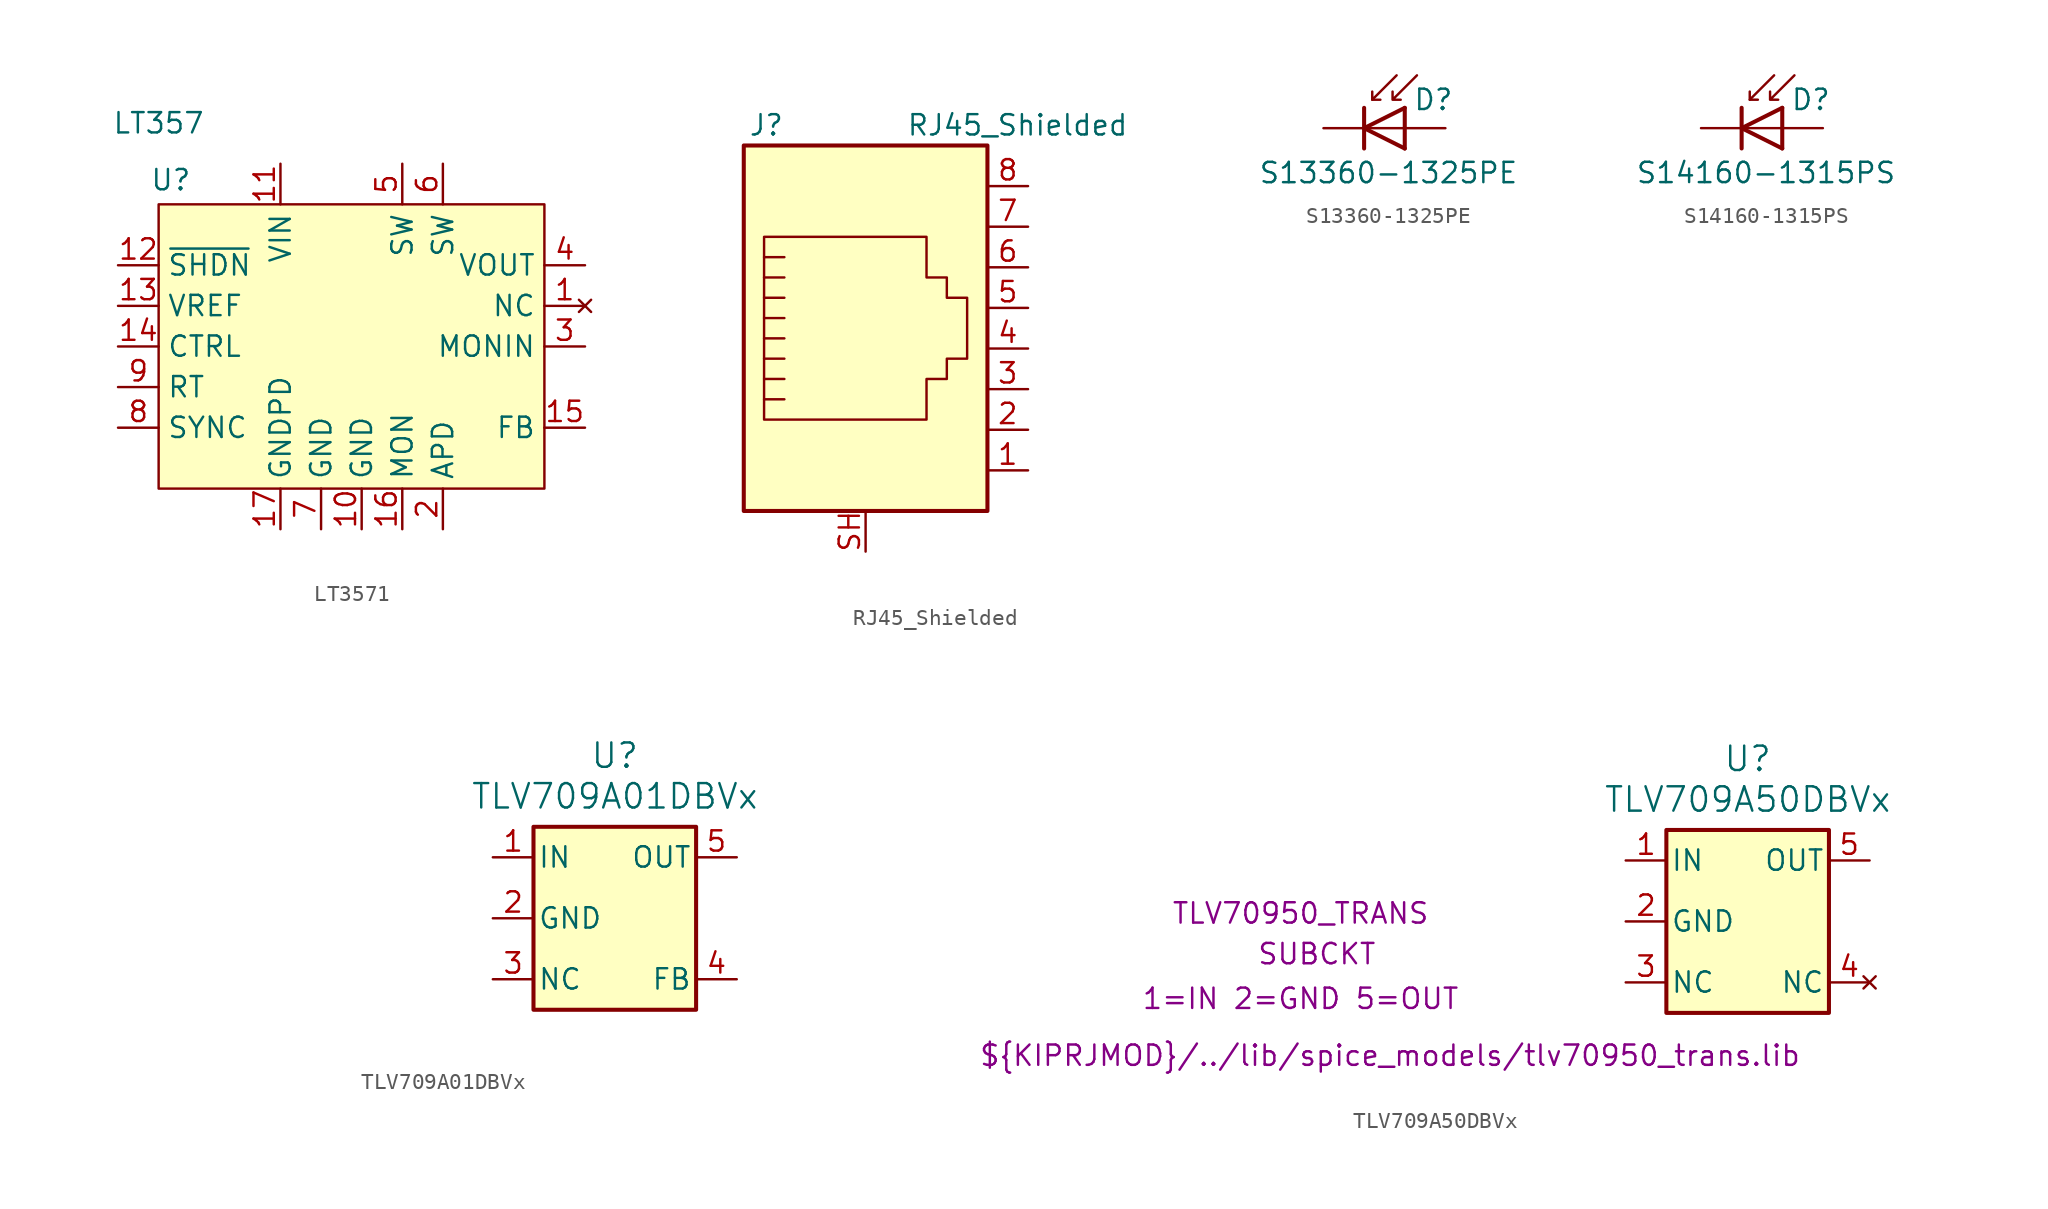
<source format=kicad_sym>
(kicad_symbol_lib
  (version 20241209)
  (generator "kicad_symbol_editor")
  (generator_version "9.0")
  (symbol "LT3571"
    (property "Reference" "U"
      (at -25.908 15.494 0)
      (effects (font (size 1.27 1.27))))
    (property "Value" "LT357"
      (at -26.67 19.05 0)
      (effects (font (size 1.27 1.27))))
    (symbol "LT3571_1_1"
      (rectangle (start -26.67 13.97) (end -2.54 -3.81) (stroke (width 0) (type default)) (fill (type background)))
      (pin input line (at -29.21 10.16 0) (length 2.54) (name "~{SHDN}" (effects (font (size 1.27 1.27)))) (number "12" (effects (font (size 1.27 1.27)))))
      (pin input line (at -29.21 7.62 0) (length 2.54) (name "VREF" (effects (font (size 1.27 1.27)))) (number "13" (effects (font (size 1.27 1.27)))))
      (pin input line (at -29.21 5.08 0) (length 2.54) (name "CTRL" (effects (font (size 1.27 1.27)))) (number "14" (effects (font (size 1.27 1.27)))))
      (pin input line (at -29.21 2.54 0) (length 2.54) (name "RT" (effects (font (size 1.27 1.27)))) (number "9" (effects (font (size 1.27 1.27)))))
      (pin input line (at -29.21 0 0) (length 2.54) (name "SYNC" (effects (font (size 1.27 1.27)))) (number "8" (effects (font (size 1.27 1.27)))))
      (pin power_in line (at -19.05 16.51 270) (length 2.54) (name "VIN" (effects (font (size 1.27 1.27)))) (number "11" (effects (font (size 1.27 1.27)))))
      (pin power_in line (at -19.05 -6.35 90) (length 2.54) (name "GNDPD" (effects (font (size 1.27 1.27)))) (number "17" (effects (font (size 1.27 1.27)))))
      (pin power_in line (at -16.51 -6.35 90) (length 2.54) (name "GND" (effects (font (size 1.27 1.27)))) (number "7" (effects (font (size 1.27 1.27)))))
      (pin power_in line (at -13.97 -6.35 90) (length 2.54) (name "GND" (effects (font (size 1.27 1.27)))) (number "10" (effects (font (size 1.27 1.27)))))
      (pin power_in line (at -11.43 16.51 270) (length 2.54) (name "SW" (effects (font (size 1.27 1.27)))) (number "5" (effects (font (size 1.27 1.27)))))
      (pin output line (at -11.43 -6.35 90) (length 2.54) (name "MON" (effects (font (size 1.27 1.27)))) (number "16" (effects (font (size 1.27 1.27)))))
      (pin power_in line (at -8.89 16.51 270) (length 2.54) (name "SW" (effects (font (size 1.27 1.27)))) (number "6" (effects (font (size 1.27 1.27)))))
      (pin power_out line (at -8.89 -6.35 90) (length 2.54) (name "APD" (effects (font (size 1.27 1.27)))) (number "2" (effects (font (size 1.27 1.27)))))
      (pin power_out line (at 0 10.16 180) (length 2.54) (name "VOUT" (effects (font (size 1.27 1.27)))) (number "4" (effects (font (size 1.27 1.27)))))
      (pin no_connect line (at 0 7.62 180) (length 2.54) (name "NC" (effects (font (size 1.27 1.27)))) (number "1" (effects (font (size 1.27 1.27)))))
      (pin input line (at 0 5.08 180) (length 2.54) (name "MONIN" (effects (font (size 1.27 1.27)))) (number "3" (effects (font (size 1.27 1.27)))))
      (pin input line (at 0 0 180) (length 2.54) (name "FB" (effects (font (size 1.27 1.27)))) (number "15" (effects (font (size 1.27 1.27)))))))
  (symbol "RJ45_Shielded"
    (pin_names
      (offset 1.016))
    (property "Reference" "J"
      (at -5.08 13.97 0)
      (effects (font (size 1.27 1.27)) (justify right)))
    (property "Value" "RJ45_Shielded"
      (at 2.54 13.97 0)
      (effects (font (size 1.27 1.27)) (justify left)))
    (symbol "RJ45_Shielded_0_1"
      (rectangle (start -7.62 12.7) (end 7.62 -10.16) (stroke (width 0.254) (type default)) (fill (type background)))
      (polyline (pts (xy -6.35 1.905) (xy -5.08 1.905) (xy -5.08 1.905)) (stroke (width 0) (type default)) (fill (type none)))
      (polyline (pts (xy -6.35 0.635) (xy -5.08 0.635) (xy -5.08 0.635)) (stroke (width 0) (type default)) (fill (type none)))
      (polyline (pts (xy -6.35 -0.635) (xy -5.08 -0.635) (xy -5.08 -0.635)) (stroke (width 0) (type default)) (fill (type none)))
      (polyline (pts (xy -6.35 -1.905) (xy -5.08 -1.905) (xy -5.08 -1.905)) (stroke (width 0) (type default)) (fill (type none)))
      (polyline (pts (xy -6.35 -3.175) (xy -5.08 -3.175) (xy -5.08 -3.175)) (stroke (width 0) (type default)) (fill (type none)))
      (polyline (pts (xy -6.35 -4.445) (xy -6.35 6.985) (xy 3.81 6.985) (xy 3.81 4.445) (xy 5.08 4.445) (xy 5.08 3.175) (xy 6.35 3.175) (xy 6.35 -0.635) (xy 5.08 -0.635) (xy 5.08 -1.905) (xy 3.81 -1.905) (xy 3.81 -4.445) (xy -6.35 -4.445) (xy -6.35 -4.445)) (stroke (width 0) (type default)) (fill (type none)))
      (polyline (pts (xy -5.08 5.715) (xy -6.35 5.715)) (stroke (width 0) (type default)) (fill (type none)))
      (polyline (pts (xy -5.08 4.445) (xy -6.35 4.445)) (stroke (width 0) (type default)) (fill (type none)))
      (polyline (pts (xy -5.08 3.175) (xy -6.35 3.175) (xy -6.35 3.175)) (stroke (width 0) (type default)) (fill (type none))))
    (symbol "RJ45_Shielded_1_1"
      (pin passive line (at 0 -12.7 90) (length 2.54) (name "~" (effects (font (size 1.27 1.27)))) (number "SH" (effects (font (size 1.27 1.27)))))
      (pin passive line (at 10.16 10.16 180) (length 2.54) (name "~" (effects (font (size 1.27 1.27)))) (number "8" (effects (font (size 1.27 1.27)))))
      (pin passive line (at 10.16 7.62 180) (length 2.54) (name "~" (effects (font (size 1.27 1.27)))) (number "7" (effects (font (size 1.27 1.27)))))
      (pin passive line (at 10.16 5.08 180) (length 2.54) (name "~" (effects (font (size 1.27 1.27)))) (number "6" (effects (font (size 1.27 1.27)))))
      (pin passive line (at 10.16 2.54 180) (length 2.54) (name "~" (effects (font (size 1.27 1.27)))) (number "5" (effects (font (size 1.27 1.27)))))
      (pin passive line (at 10.16 0 180) (length 2.54) (name "~" (effects (font (size 1.27 1.27)))) (number "4" (effects (font (size 1.27 1.27)))))
      (pin passive line (at 10.16 -2.54 180) (length 2.54) (name "~" (effects (font (size 1.27 1.27)))) (number "3" (effects (font (size 1.27 1.27)))))
      (pin passive line (at 10.16 -5.08 180) (length 2.54) (name "~" (effects (font (size 1.27 1.27)))) (number "2" (effects (font (size 1.27 1.27)))))
      (pin passive line (at 10.16 -7.62 180) (length 2.54) (name "~" (effects (font (size 1.27 1.27)))) (number "1" (effects (font (size 1.27 1.27)))))))
  (symbol "S13360-1325PE"
    (pin_numbers
      (hide yes))
    (pin_names
      (hide yes))
    (property "Reference" "D"
      (at 1.778 1.778 0)
      (effects (font (size 1.27 1.27)) (justify left)))
    (property "Value" "S13360-1325PE"
      (at 0.254 -2.794 0)
      (effects (font (size 1.27 1.27))))
    (symbol "S13360-1325PE_0_1"
      (polyline (pts (xy -1.27 1.27) (xy -1.27 -1.27)) (stroke (width 0.254) (type default)) (fill (type none)))
      (polyline (pts (xy -1.27 0) (xy 1.27 0)) (stroke (width 0) (type default)) (fill (type none)))
      (polyline (pts (xy -0.762 1.778) (xy -0.254 1.778)) (stroke (width 0) (type default)) (fill (type none)))
      (polyline (pts (xy 0.762 3.302) (xy -0.762 1.778) (xy -0.762 2.286)) (stroke (width 0) (type default)) (fill (type none)))
      (polyline (pts (xy 1.27 1.27) (xy 1.27 -1.27)) (stroke (width 0.254) (type default)) (fill (type none)))
      (polyline (pts (xy 1.27 1.27) (xy -1.27 0) (xy 1.27 -1.27)) (stroke (width 0.254) (type default)) (fill (type none)))
      (polyline (pts (xy 2.032 3.302) (xy 0.508 1.778) (xy 0.508 2.286) (xy 0.508 1.778) (xy 1.016 1.778)) (stroke (width 0) (type default)) (fill (type none))))
    (symbol "S13360-1325PE_1_1"
      (pin passive line (at -3.81 0 0) (length 2.54) (name "K" (effects (font (size 1.27 1.27)))) (number "2" (effects (font (size 1.27 1.27)))))
      (pin passive line (at 3.81 0 180) (length 2.54) (name "A" (effects (font (size 1.27 1.27)))) (number "3" (effects (font (size 1.27 1.27)))))))
  (symbol "S14160-1315PS"
    (pin_numbers
      (hide yes))
    (pin_names
      (hide yes))
    (property "Reference" "D"
      (at 1.778 1.778 0)
      (effects (font (size 1.27 1.27)) (justify left)))
    (property "Value" "S14160-1315PS"
      (at 0.254 -2.794 0)
      (effects (font (size 1.27 1.27))))
    (symbol "S14160-1315PS_0_1"
      (polyline (pts (xy -1.27 1.27) (xy -1.27 -1.27)) (stroke (width 0.254) (type default)) (fill (type none)))
      (polyline (pts (xy -1.27 0) (xy 1.27 0)) (stroke (width 0) (type default)) (fill (type none)))
      (polyline (pts (xy -0.762 1.778) (xy -0.254 1.778)) (stroke (width 0) (type default)) (fill (type none)))
      (polyline (pts (xy 0.762 3.302) (xy -0.762 1.778) (xy -0.762 2.286)) (stroke (width 0) (type default)) (fill (type none)))
      (polyline (pts (xy 1.27 1.27) (xy 1.27 -1.27)) (stroke (width 0.254) (type default)) (fill (type none)))
      (polyline (pts (xy 1.27 1.27) (xy -1.27 0) (xy 1.27 -1.27)) (stroke (width 0.254) (type default)) (fill (type none)))
      (polyline (pts (xy 2.032 3.302) (xy 0.508 1.778) (xy 0.508 2.286) (xy 0.508 1.778) (xy 1.016 1.778)) (stroke (width 0) (type default)) (fill (type none))))
    (symbol "S14160-1315PS_1_1"
      (pin passive line (at -3.81 0 0) (length 2.54) (name "K" (effects (font (size 1.27 1.27)))) (number "2" (effects (font (size 1.27 1.27)))))
      (pin passive line (at 3.81 0 180) (length 2.54) (name "A" (effects (font (size 1.27 1.27)))) (number "3" (effects (font (size 1.27 1.27)))))))
  (symbol "TLV709A01DBVx"
    (pin_names
      (offset 0.254))
    (property "Reference" "U"
      (at 7.62 6.35 0)
      (effects (font (size 1.524 1.524))))
    (property "Value" "TLV709A01DBVx"
      (at 7.62 3.81 0)
      (effects (font (size 1.524 1.524))))
    (property "Sim.Name" ""
      (at -22.352 -10.922 0)
      (effects (font (size 1.27 1.27))))
    (property "Sim.Device" ""
      (at -22.352 -4.318 0)
      (effects (font (size 1.27 1.27))))
    (property "Sim.Pins" ""
      (at -22.606 -7.366 0)
      (effects (font (size 1.27 1.27))))
    (symbol "TLV709A01DBVx_0_1"
      (rectangle (start 2.54 1.905) (end 12.7 -9.525) (stroke (width 0.254) (type default)) (fill (type background))))
    (symbol "TLV709A01DBVx_1_1"
      (pin power_in line (at 0 0 0) (length 2.54) (name "IN" (effects (font (size 1.27 1.27)))) (number "1" (effects (font (size 1.27 1.27)))))
      (pin power_in line (at 0 -3.81 0) (length 2.54) (name "GND" (effects (font (size 1.27 1.27)))) (number "2" (effects (font (size 1.27 1.27)))))
      (pin passive line (at 0 -7.62 0) (length 2.54) (name "NC" (effects (font (size 1.27 1.27)))) (number "3" (effects (font (size 1.27 1.27)))))
      (pin power_out line (at 15.24 0 180) (length 2.54) (name "OUT" (effects (font (size 1.27 1.27)))) (number "5" (effects (font (size 1.27 1.27)))))
      (pin input line (at 15.24 -7.62 180) (length 2.54) (name "FB" (effects (font (size 1.27 1.27)))) (number "4" (effects (font (size 1.27 1.27)))))))
  (symbol "TLV709A50DBVx"
    (pin_names
      (offset 0.254))
    (property "Reference" "U"
      (at 7.62 6.35 0)
      (effects (font (size 1.524 1.524))))
    (property "Value" "TLV709A50DBVx"
      (at 7.62 3.81 0)
      (effects (font (size 1.524 1.524))))
    (property "Sim.Library" "${KIPRJMOD}/../lib/spice_models/tlv70950_trans.lib"
      (at -14.732 -12.192 0)
      (effects (font (size 1.27 1.27))))
    (property "Sim.Name" "TLV70950_TRANS"
      (at -20.32 -3.302 0)
      (effects (font (size 1.27 1.27))))
    (property "Sim.Device" "SUBCKT"
      (at -19.304 -5.842 0)
      (effects (font (size 1.27 1.27))))
    (property "Sim.Pins" "1=IN 2=GND 5=OUT"
      (at -20.32 -8.636 0)
      (effects (font (size 1.27 1.27))))
    (symbol "TLV709A50DBVx_0_1"
      (rectangle (start 2.54 1.905) (end 12.7 -9.525) (stroke (width 0.254) (type default)) (fill (type background))))
    (symbol "TLV709A50DBVx_1_1"
      (pin power_in line (at 0 0 0) (length 2.54) (name "IN" (effects (font (size 1.27 1.27)))) (number "1" (effects (font (size 1.27 1.27)))))
      (pin power_in line (at 0 -3.81 0) (length 2.54) (name "GND" (effects (font (size 1.27 1.27)))) (number "2" (effects (font (size 1.27 1.27)))))
      (pin passive line (at 0 -7.62 0) (length 2.54) (name "NC" (effects (font (size 1.27 1.27)))) (number "3" (effects (font (size 1.27 1.27)))))
      (pin power_out line (at 15.24 0 180) (length 2.54) (name "OUT" (effects (font (size 1.27 1.27)))) (number "5" (effects (font (size 1.27 1.27)))))
      (pin no_connect line (at 15.24 -7.62 180) (length 2.54) (name "NC" (effects (font (size 1.27 1.27)))) (number "4" (effects (font (size 1.27 1.27))))))))
</source>
